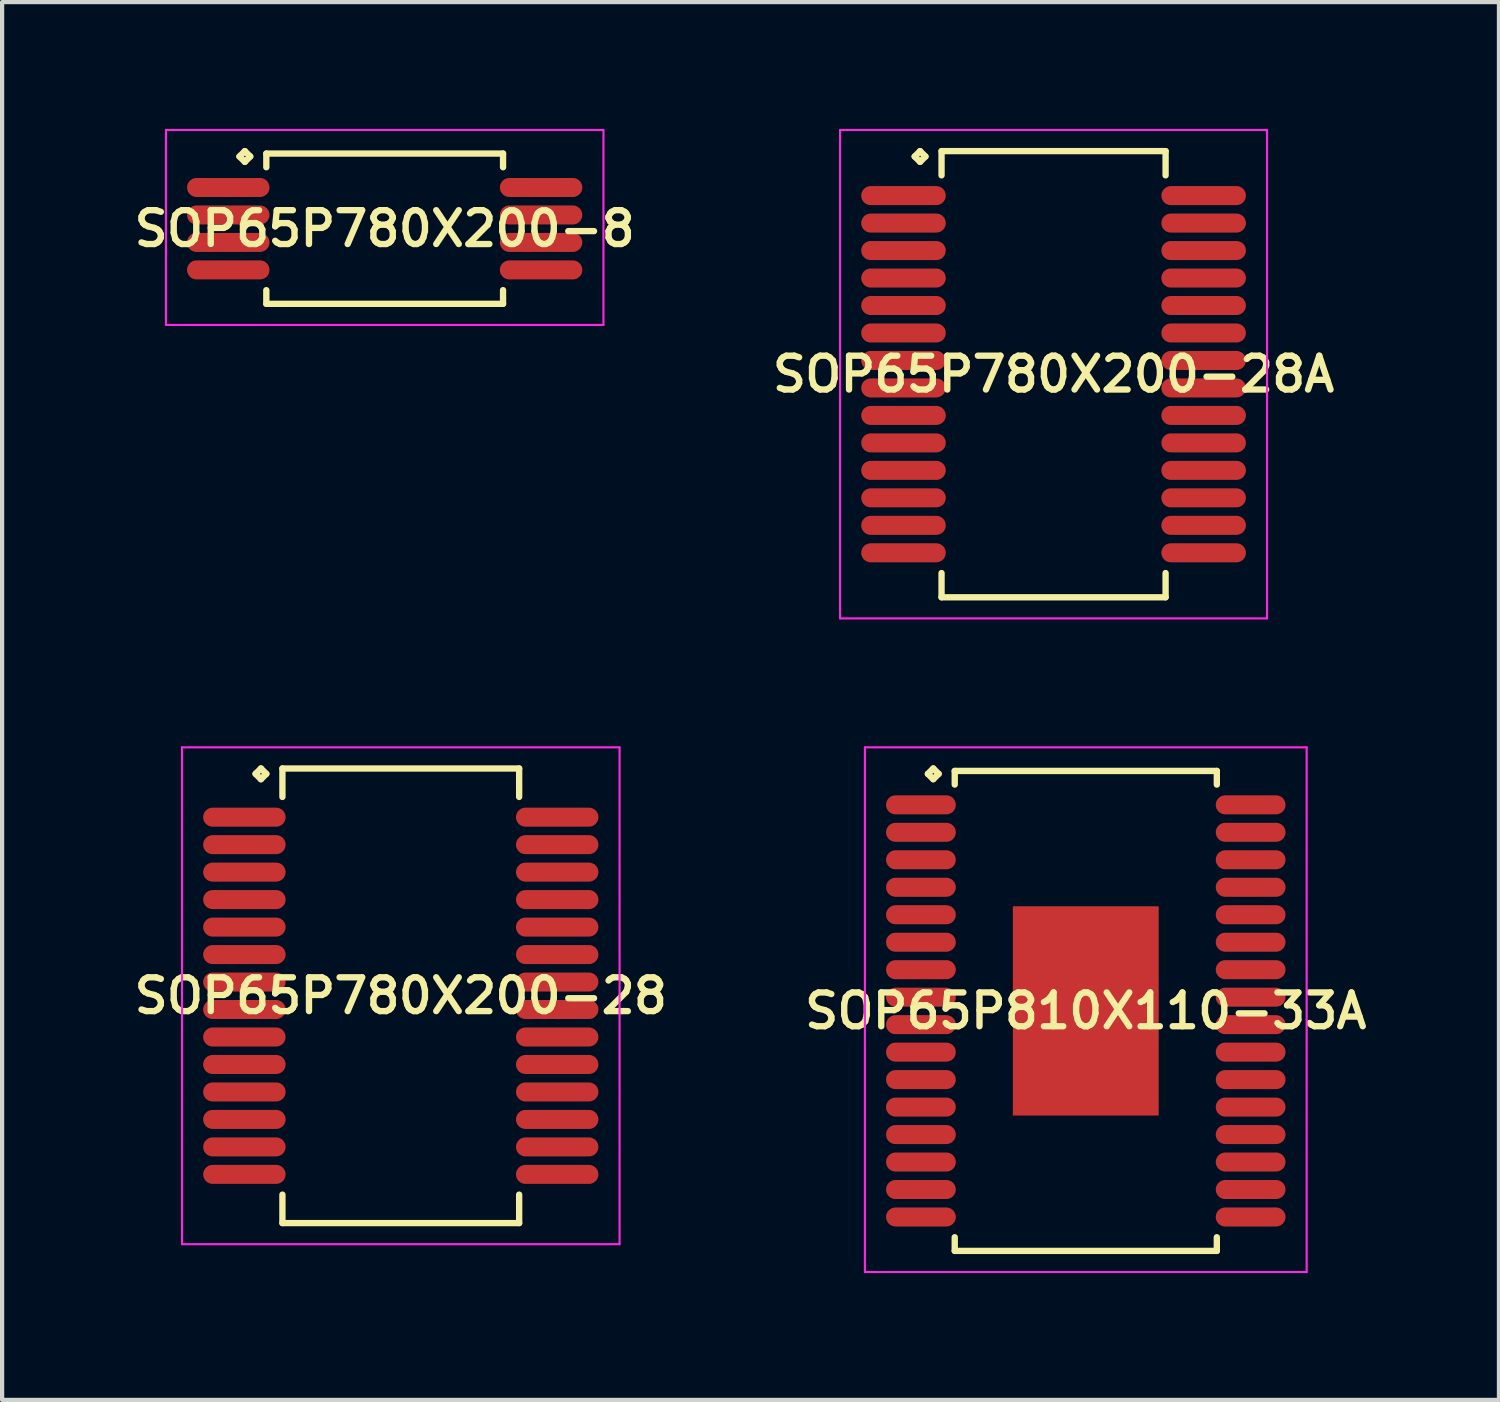
<source format=kicad_pcb>
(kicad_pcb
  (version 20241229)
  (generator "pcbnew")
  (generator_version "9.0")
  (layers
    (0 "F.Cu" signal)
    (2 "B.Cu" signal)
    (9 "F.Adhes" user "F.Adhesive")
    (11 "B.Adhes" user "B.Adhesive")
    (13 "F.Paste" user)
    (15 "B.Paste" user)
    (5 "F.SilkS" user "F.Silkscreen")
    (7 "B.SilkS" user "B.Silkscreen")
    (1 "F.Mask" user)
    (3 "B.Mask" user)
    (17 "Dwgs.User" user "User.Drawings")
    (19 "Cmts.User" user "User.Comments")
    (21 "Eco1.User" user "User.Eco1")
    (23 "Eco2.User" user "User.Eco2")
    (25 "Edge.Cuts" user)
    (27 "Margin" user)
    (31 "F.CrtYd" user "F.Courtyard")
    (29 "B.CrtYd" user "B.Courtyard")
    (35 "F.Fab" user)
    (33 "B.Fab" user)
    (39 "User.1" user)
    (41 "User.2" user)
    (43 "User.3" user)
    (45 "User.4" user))
  (footprint "SOP65P810X110-33A"
    (layer "F.Cu")
    (at 22.635 20.864)
    (property "Reference" "SOP65P810X110-33A" (at 0 0 0) (layer "F.SilkS") (effects (font (size 0.8 0.8) (thickness 0.15))))
    (attr smd)
    (fp_line (start -3.735 -5.608) (end -3.608 -5.735) (stroke (width 0.15) (type solid)) (layer "F.SilkS"))
    (fp_line (start -3.608 -5.735) (end -3.481 -5.608) (stroke (width 0.15) (type solid)) (layer "F.SilkS"))
    (fp_line (start -3.608 -5.481) (end -3.735 -5.608) (stroke (width 0.15) (type solid)) (layer "F.SilkS"))
    (fp_line (start -3.481 -5.608) (end -3.608 -5.481) (stroke (width 0.15) (type solid)) (layer "F.SilkS"))
    (fp_line (start -3.1 -5.677) (end 3.1 -5.677) (stroke (width 0.15) (type solid)) (layer "F.SilkS"))
    (fp_line (start -3.1 -5.354) (end -3.1 -5.677) (stroke (width 0.15) (type solid)) (layer "F.SilkS"))
    (fp_line (start -3.1 5.354) (end -3.1 5.677) (stroke (width 0.15) (type solid)) (layer "F.SilkS"))
    (fp_line (start -3.1 5.677) (end 3.1 5.677) (stroke (width 0.15) (type solid)) (layer "F.SilkS"))
    (fp_line (start 3.1 -5.677) (end 3.1 -5.354) (stroke (width 0.15) (type solid)) (layer "F.SilkS"))
    (fp_line (start 3.1 5.677) (end 3.1 5.354) (stroke (width 0.15) (type solid)) (layer "F.SilkS"))
    (fp_line (start -5.225 -6.235) (end 5.225 -6.235) (stroke (width 0.05) (type solid)) (layer "F.CrtYd"))
    (fp_line (start -5.225 6.177) (end -5.225 -6.235) (stroke (width 0.05) (type solid)) (layer "F.CrtYd"))
    (fp_line (start 5.225 -6.235) (end 5.225 6.177) (stroke (width 0.05) (type solid)) (layer "F.CrtYd"))
    (fp_line (start 5.225 6.177) (end -5.225 6.177) (stroke (width 0.05) (type solid)) (layer "F.CrtYd"))
    (pad "1" smd oval (at -3.9 -4.875) (size 1.65 0.45) (layers "F.Cu" "F.Mask" "F.Paste"))
    (pad "2" smd oval (at -3.9 -4.225) (size 1.65 0.45) (layers "F.Cu" "F.Mask" "F.Paste"))
    (pad "3" smd oval (at -3.9 -3.575) (size 1.65 0.45) (layers "F.Cu" "F.Mask" "F.Paste"))
    (pad "4" smd oval (at -3.9 -2.925) (size 1.65 0.45) (layers "F.Cu" "F.Mask" "F.Paste"))
    (pad "5" smd oval (at -3.9 -2.275) (size 1.65 0.45) (layers "F.Cu" "F.Mask" "F.Paste"))
    (pad "6" smd oval (at -3.9 -1.625) (size 1.65 0.45) (layers "F.Cu" "F.Mask" "F.Paste"))
    (pad "7" smd oval (at -3.9 -0.975) (size 1.65 0.45) (layers "F.Cu" "F.Mask" "F.Paste"))
    (pad "8" smd oval (at -3.9 -0.325) (size 1.65 0.45) (layers "F.Cu" "F.Mask" "F.Paste"))
    (pad "9" smd oval (at -3.9 0.325) (size 1.65 0.45) (layers "F.Cu" "F.Mask" "F.Paste"))
    (pad "10" smd oval (at -3.9 0.975) (size 1.65 0.45) (layers "F.Cu" "F.Mask" "F.Paste"))
    (pad "11" smd oval (at -3.9 1.625) (size 1.65 0.45) (layers "F.Cu" "F.Mask" "F.Paste"))
    (pad "12" smd oval (at -3.9 2.275) (size 1.65 0.45) (layers "F.Cu" "F.Mask" "F.Paste"))
    (pad "13" smd oval (at -3.9 2.925) (size 1.65 0.45) (layers "F.Cu" "F.Mask" "F.Paste"))
    (pad "14" smd oval (at -3.9 3.575) (size 1.65 0.45) (layers "F.Cu" "F.Mask" "F.Paste"))
    (pad "15" smd oval (at -3.9 4.225) (size 1.65 0.45) (layers "F.Cu" "F.Mask" "F.Paste"))
    (pad "16" smd oval (at -3.9 4.875) (size 1.65 0.45) (layers "F.Cu" "F.Mask" "F.Paste"))
    (pad "17" smd oval (at 3.9 4.875) (size 1.65 0.45) (layers "F.Cu" "F.Mask" "F.Paste"))
    (pad "18" smd oval (at 3.9 4.225) (size 1.65 0.45) (layers "F.Cu" "F.Mask" "F.Paste"))
    (pad "19" smd oval (at 3.9 3.575) (size 1.65 0.45) (layers "F.Cu" "F.Mask" "F.Paste"))
    (pad "20" smd oval (at 3.9 2.925) (size 1.65 0.45) (layers "F.Cu" "F.Mask" "F.Paste"))
    (pad "21" smd oval (at 3.9 2.275) (size 1.65 0.45) (layers "F.Cu" "F.Mask" "F.Paste"))
    (pad "22" smd oval (at 3.9 1.625) (size 1.65 0.45) (layers "F.Cu" "F.Mask" "F.Paste"))
    (pad "23" smd oval (at 3.9 0.975) (size 1.65 0.45) (layers "F.Cu" "F.Mask" "F.Paste"))
    (pad "24" smd oval (at 3.9 0.325) (size 1.65 0.45) (layers "F.Cu" "F.Mask" "F.Paste"))
    (pad "25" smd oval (at 3.9 -0.325) (size 1.65 0.45) (layers "F.Cu" "F.Mask" "F.Paste"))
    (pad "26" smd oval (at 3.9 -0.975) (size 1.65 0.45) (layers "F.Cu" "F.Mask" "F.Paste"))
    (pad "27" smd oval (at 3.9 -1.625) (size 1.65 0.45) (layers "F.Cu" "F.Mask" "F.Paste"))
    (pad "28" smd oval (at 3.9 -2.275) (size 1.65 0.45) (layers "F.Cu" "F.Mask" "F.Paste"))
    (pad "29" smd oval (at 3.9 -2.925) (size 1.65 0.45) (layers "F.Cu" "F.Mask" "F.Paste"))
    (pad "30" smd oval (at 3.9 -3.575) (size 1.65 0.45) (layers "F.Cu" "F.Mask" "F.Paste"))
    (pad "31" smd oval (at 3.9 -4.225) (size 1.65 0.45) (layers "F.Cu" "F.Mask" "F.Paste"))
    (pad "32" smd oval (at 3.9 -4.875) (size 1.65 0.45) (layers "F.Cu" "F.Mask" "F.Paste"))
    (pad "33" smd rect (at 0 0) (size 3.45 4.95) (layers "F.Cu" "F.Mask" "F.Paste")))
  (footprint "SOP65P780X200-8"
    (layer "F.Cu")
    (at 6.05 2.36)
    (property "Reference" "SOP65P780X200-8" (at 0 0 0) (layer "F.SilkS") (effects (font (size 0.8 0.8) (thickness 0.15))))
    (attr smd)
    (fp_line (start -3.435 -1.708) (end -3.308 -1.835) (stroke (width 0.15) (type solid)) (layer "F.SilkS"))
    (fp_line (start -3.308 -1.835) (end -3.181 -1.708) (stroke (width 0.15) (type solid)) (layer "F.SilkS"))
    (fp_line (start -3.308 -1.581) (end -3.435 -1.708) (stroke (width 0.15) (type solid)) (layer "F.SilkS"))
    (fp_line (start -3.181 -1.708) (end -3.308 -1.581) (stroke (width 0.15) (type solid)) (layer "F.SilkS"))
    (fp_line (start -2.8 -1.777) (end 2.8 -1.777) (stroke (width 0.15) (type solid)) (layer "F.SilkS"))
    (fp_line (start -2.8 -1.454) (end -2.8 -1.777) (stroke (width 0.15) (type solid)) (layer "F.SilkS"))
    (fp_line (start -2.8 1.454) (end -2.8 1.777) (stroke (width 0.15) (type solid)) (layer "F.SilkS"))
    (fp_line (start -2.8 1.777) (end 2.8 1.777) (stroke (width 0.15) (type solid)) (layer "F.SilkS"))
    (fp_line (start 2.8 -1.777) (end 2.8 -1.454) (stroke (width 0.15) (type solid)) (layer "F.SilkS"))
    (fp_line (start 2.8 1.777) (end 2.8 1.454) (stroke (width 0.15) (type solid)) (layer "F.SilkS"))
    (fp_line (start -5.175 -2.335) (end 5.175 -2.335) (stroke (width 0.05) (type solid)) (layer "F.CrtYd"))
    (fp_line (start -5.175 2.277) (end -5.175 -2.335) (stroke (width 0.05) (type solid)) (layer "F.CrtYd"))
    (fp_line (start 5.175 -2.335) (end 5.175 2.277) (stroke (width 0.05) (type solid)) (layer "F.CrtYd"))
    (fp_line (start 5.175 2.277) (end -5.175 2.277) (stroke (width 0.05) (type solid)) (layer "F.CrtYd"))
    (pad "1" smd oval (at -3.7 -0.975) (size 1.95 0.45) (layers "F.Cu" "F.Mask" "F.Paste"))
    (pad "2" smd oval (at -3.7 -0.325) (size 1.95 0.45) (layers "F.Cu" "F.Mask" "F.Paste"))
    (pad "3" smd oval (at -3.7 0.325) (size 1.95 0.45) (layers "F.Cu" "F.Mask" "F.Paste"))
    (pad "4" smd oval (at -3.7 0.975) (size 1.95 0.45) (layers "F.Cu" "F.Mask" "F.Paste"))
    (pad "5" smd oval (at 3.7 0.975) (size 1.95 0.45) (layers "F.Cu" "F.Mask" "F.Paste"))
    (pad "6" smd oval (at 3.7 0.325) (size 1.95 0.45) (layers "F.Cu" "F.Mask" "F.Paste"))
    (pad "7" smd oval (at 3.7 -0.325) (size 1.95 0.45) (layers "F.Cu" "F.Mask" "F.Paste"))
    (pad "8" smd oval (at 3.7 -0.975) (size 1.95 0.45) (layers "F.Cu" "F.Mask" "F.Paste")))
  (footprint "SOP65P780X200-28"
    (layer "F.Cu")
    (at 6.431 20.506)
    (property "Reference" "SOP65P780X200-28" (at 0 0 0) (layer "F.SilkS") (effects (font (size 0.8 0.8) (thickness 0.15))))
    (attr smd)
    (fp_line (start -3.435 -5.25) (end -3.308 -5.377) (stroke (width 0.15) (type solid)) (layer "F.SilkS"))
    (fp_line (start -3.308 -5.377) (end -3.181 -5.25) (stroke (width 0.15) (type solid)) (layer "F.SilkS"))
    (fp_line (start -3.308 -5.123) (end -3.435 -5.25) (stroke (width 0.15) (type solid)) (layer "F.SilkS"))
    (fp_line (start -3.181 -5.25) (end -3.308 -5.123) (stroke (width 0.15) (type solid)) (layer "F.SilkS"))
    (fp_line (start -2.8 -5.377) (end 2.8 -5.377) (stroke (width 0.15) (type solid)) (layer "F.SilkS"))
    (fp_line (start -2.8 -4.704) (end -2.8 -5.377) (stroke (width 0.15) (type solid)) (layer "F.SilkS"))
    (fp_line (start -2.8 4.704) (end -2.8 5.377) (stroke (width 0.15) (type solid)) (layer "F.SilkS"))
    (fp_line (start -2.8 5.377) (end 2.8 5.377) (stroke (width 0.15) (type solid)) (layer "F.SilkS"))
    (fp_line (start 2.8 -5.377) (end 2.8 -4.704) (stroke (width 0.15) (type solid)) (layer "F.SilkS"))
    (fp_line (start 2.8 5.377) (end 2.8 4.704) (stroke (width 0.15) (type solid)) (layer "F.SilkS"))
    (fp_line (start -5.175 -5.877) (end 5.175 -5.877) (stroke (width 0.05) (type solid)) (layer "F.CrtYd"))
    (fp_line (start -5.175 5.877) (end -5.175 -5.877) (stroke (width 0.05) (type solid)) (layer "F.CrtYd"))
    (fp_line (start 5.175 -5.877) (end 5.175 5.877) (stroke (width 0.05) (type solid)) (layer "F.CrtYd"))
    (fp_line (start 5.175 5.877) (end -5.175 5.877) (stroke (width 0.05) (type solid)) (layer "F.CrtYd"))
    (pad "1" smd oval (at -3.7 -4.225) (size 1.95 0.45) (layers "F.Cu" "F.Mask" "F.Paste"))
    (pad "2" smd oval (at -3.7 -3.575) (size 1.95 0.45) (layers "F.Cu" "F.Mask" "F.Paste"))
    (pad "3" smd oval (at -3.7 -2.925) (size 1.95 0.45) (layers "F.Cu" "F.Mask" "F.Paste"))
    (pad "4" smd oval (at -3.7 -2.275) (size 1.95 0.45) (layers "F.Cu" "F.Mask" "F.Paste"))
    (pad "5" smd oval (at -3.7 -1.625) (size 1.95 0.45) (layers "F.Cu" "F.Mask" "F.Paste"))
    (pad "6" smd oval (at -3.7 -0.975) (size 1.95 0.45) (layers "F.Cu" "F.Mask" "F.Paste"))
    (pad "7" smd oval (at -3.7 -0.325) (size 1.95 0.45) (layers "F.Cu" "F.Mask" "F.Paste"))
    (pad "8" smd oval (at -3.7 0.325) (size 1.95 0.45) (layers "F.Cu" "F.Mask" "F.Paste"))
    (pad "9" smd oval (at -3.7 0.975) (size 1.95 0.45) (layers "F.Cu" "F.Mask" "F.Paste"))
    (pad "10" smd oval (at -3.7 1.625) (size 1.95 0.45) (layers "F.Cu" "F.Mask" "F.Paste"))
    (pad "11" smd oval (at -3.7 2.275) (size 1.95 0.45) (layers "F.Cu" "F.Mask" "F.Paste"))
    (pad "12" smd oval (at -3.7 2.925) (size 1.95 0.45) (layers "F.Cu" "F.Mask" "F.Paste"))
    (pad "13" smd oval (at -3.7 3.575) (size 1.95 0.45) (layers "F.Cu" "F.Mask" "F.Paste"))
    (pad "14" smd oval (at -3.7 4.225) (size 1.95 0.45) (layers "F.Cu" "F.Mask" "F.Paste"))
    (pad "15" smd oval (at 3.7 4.225) (size 1.95 0.45) (layers "F.Cu" "F.Mask" "F.Paste"))
    (pad "16" smd oval (at 3.7 3.575) (size 1.95 0.45) (layers "F.Cu" "F.Mask" "F.Paste"))
    (pad "17" smd oval (at 3.7 2.925) (size 1.95 0.45) (layers "F.Cu" "F.Mask" "F.Paste"))
    (pad "18" smd oval (at 3.7 2.275) (size 1.95 0.45) (layers "F.Cu" "F.Mask" "F.Paste"))
    (pad "19" smd oval (at 3.7 1.625) (size 1.95 0.45) (layers "F.Cu" "F.Mask" "F.Paste"))
    (pad "20" smd oval (at 3.7 0.975) (size 1.95 0.45) (layers "F.Cu" "F.Mask" "F.Paste"))
    (pad "21" smd oval (at 3.7 0.325) (size 1.95 0.45) (layers "F.Cu" "F.Mask" "F.Paste"))
    (pad "22" smd oval (at 3.7 -0.325) (size 1.95 0.45) (layers "F.Cu" "F.Mask" "F.Paste"))
    (pad "23" smd oval (at 3.7 -0.975) (size 1.95 0.45) (layers "F.Cu" "F.Mask" "F.Paste"))
    (pad "24" smd oval (at 3.7 -1.625) (size 1.95 0.45) (layers "F.Cu" "F.Mask" "F.Paste"))
    (pad "25" smd oval (at 3.7 -2.275) (size 1.95 0.45) (layers "F.Cu" "F.Mask" "F.Paste"))
    (pad "26" smd oval (at 3.7 -2.925) (size 1.95 0.45) (layers "F.Cu" "F.Mask" "F.Paste"))
    (pad "27" smd oval (at 3.7 -3.575) (size 1.95 0.45) (layers "F.Cu" "F.Mask" "F.Paste"))
    (pad "28" smd oval (at 3.7 -4.225) (size 1.95 0.45) (layers "F.Cu" "F.Mask" "F.Paste")))
  (footprint "SOP65P780X200-28A"
    (layer "F.Cu")
    (at 21.873 5.802)
    (property "Reference" "SOP65P780X200-28A" (at 0 0 0) (layer "F.SilkS") (effects (font (size 0.8 0.8) (thickness 0.15))))
    (attr smd)
    (fp_line (start -3.285 -5.15) (end -3.158 -5.277) (stroke (width 0.15) (type solid)) (layer "F.SilkS"))
    (fp_line (start -3.158 -5.277) (end -3.031 -5.15) (stroke (width 0.15) (type solid)) (layer "F.SilkS"))
    (fp_line (start -3.158 -5.023) (end -3.285 -5.15) (stroke (width 0.15) (type solid)) (layer "F.SilkS"))
    (fp_line (start -3.031 -5.15) (end -3.158 -5.023) (stroke (width 0.15) (type solid)) (layer "F.SilkS"))
    (fp_line (start -2.65 -5.277) (end 2.65 -5.277) (stroke (width 0.15) (type solid)) (layer "F.SilkS"))
    (fp_line (start -2.65 -4.704) (end -2.65 -5.277) (stroke (width 0.15) (type solid)) (layer "F.SilkS"))
    (fp_line (start -2.65 4.704) (end -2.65 5.277) (stroke (width 0.15) (type solid)) (layer "F.SilkS"))
    (fp_line (start -2.65 5.277) (end 2.65 5.277) (stroke (width 0.15) (type solid)) (layer "F.SilkS"))
    (fp_line (start 2.65 -5.277) (end 2.65 -4.704) (stroke (width 0.15) (type solid)) (layer "F.SilkS"))
    (fp_line (start 2.65 5.277) (end 2.65 4.704) (stroke (width 0.15) (type solid)) (layer "F.SilkS"))
    (fp_line (start -5.05 -5.777) (end 5.05 -5.777) (stroke (width 0.05) (type solid)) (layer "F.CrtYd"))
    (fp_line (start -5.05 5.777) (end -5.05 -5.777) (stroke (width 0.05) (type solid)) (layer "F.CrtYd"))
    (fp_line (start 5.05 -5.777) (end 5.05 5.777) (stroke (width 0.05) (type solid)) (layer "F.CrtYd"))
    (fp_line (start 5.05 5.777) (end -5.05 5.777) (stroke (width 0.05) (type solid)) (layer "F.CrtYd"))
    (pad "1" smd oval (at -3.55 -4.225) (size 2 0.45) (layers "F.Cu" "F.Mask" "F.Paste"))
    (pad "2" smd oval (at -3.55 -3.575) (size 2 0.45) (layers "F.Cu" "F.Mask" "F.Paste"))
    (pad "3" smd oval (at -3.55 -2.925) (size 2 0.45) (layers "F.Cu" "F.Mask" "F.Paste"))
    (pad "4" smd oval (at -3.55 -2.275) (size 2 0.45) (layers "F.Cu" "F.Mask" "F.Paste"))
    (pad "5" smd oval (at -3.55 -1.625) (size 2 0.45) (layers "F.Cu" "F.Mask" "F.Paste"))
    (pad "6" smd oval (at -3.55 -0.975) (size 2 0.45) (layers "F.Cu" "F.Mask" "F.Paste"))
    (pad "7" smd oval (at -3.55 -0.325) (size 2 0.45) (layers "F.Cu" "F.Mask" "F.Paste"))
    (pad "8" smd oval (at -3.55 0.325) (size 2 0.45) (layers "F.Cu" "F.Mask" "F.Paste"))
    (pad "9" smd oval (at -3.55 0.975) (size 2 0.45) (layers "F.Cu" "F.Mask" "F.Paste"))
    (pad "10" smd oval (at -3.55 1.625) (size 2 0.45) (layers "F.Cu" "F.Mask" "F.Paste"))
    (pad "11" smd oval (at -3.55 2.275) (size 2 0.45) (layers "F.Cu" "F.Mask" "F.Paste"))
    (pad "12" smd oval (at -3.55 2.925) (size 2 0.45) (layers "F.Cu" "F.Mask" "F.Paste"))
    (pad "13" smd oval (at -3.55 3.575) (size 2 0.45) (layers "F.Cu" "F.Mask" "F.Paste"))
    (pad "14" smd oval (at -3.55 4.225) (size 2 0.45) (layers "F.Cu" "F.Mask" "F.Paste"))
    (pad "15" smd oval (at 3.55 4.225) (size 2 0.45) (layers "F.Cu" "F.Mask" "F.Paste"))
    (pad "16" smd oval (at 3.55 3.575) (size 2 0.45) (layers "F.Cu" "F.Mask" "F.Paste"))
    (pad "17" smd oval (at 3.55 2.925) (size 2 0.45) (layers "F.Cu" "F.Mask" "F.Paste"))
    (pad "18" smd oval (at 3.55 2.275) (size 2 0.45) (layers "F.Cu" "F.Mask" "F.Paste"))
    (pad "19" smd oval (at 3.55 1.625) (size 2 0.45) (layers "F.Cu" "F.Mask" "F.Paste"))
    (pad "20" smd oval (at 3.55 0.975) (size 2 0.45) (layers "F.Cu" "F.Mask" "F.Paste"))
    (pad "21" smd oval (at 3.55 0.325) (size 2 0.45) (layers "F.Cu" "F.Mask" "F.Paste"))
    (pad "22" smd oval (at 3.55 -0.325) (size 2 0.45) (layers "F.Cu" "F.Mask" "F.Paste"))
    (pad "23" smd oval (at 3.55 -0.975) (size 2 0.45) (layers "F.Cu" "F.Mask" "F.Paste"))
    (pad "24" smd oval (at 3.55 -1.625) (size 2 0.45) (layers "F.Cu" "F.Mask" "F.Paste"))
    (pad "25" smd oval (at 3.55 -2.275) (size 2 0.45) (layers "F.Cu" "F.Mask" "F.Paste"))
    (pad "26" smd oval (at 3.55 -2.925) (size 2 0.45) (layers "F.Cu" "F.Mask" "F.Paste"))
    (pad "27" smd oval (at 3.55 -3.575) (size 2 0.45) (layers "F.Cu" "F.Mask" "F.Paste"))
    (pad "28" smd oval (at 3.55 -4.225) (size 2 0.45) (layers "F.Cu" "F.Mask" "F.Paste")))
  (gr_rect
    (start -3 -3)
    (end 32.409 30.066)
    (stroke (width 0.1) (type default))
    (fill no)
    (layer "Edge.Cuts")))
</source>
